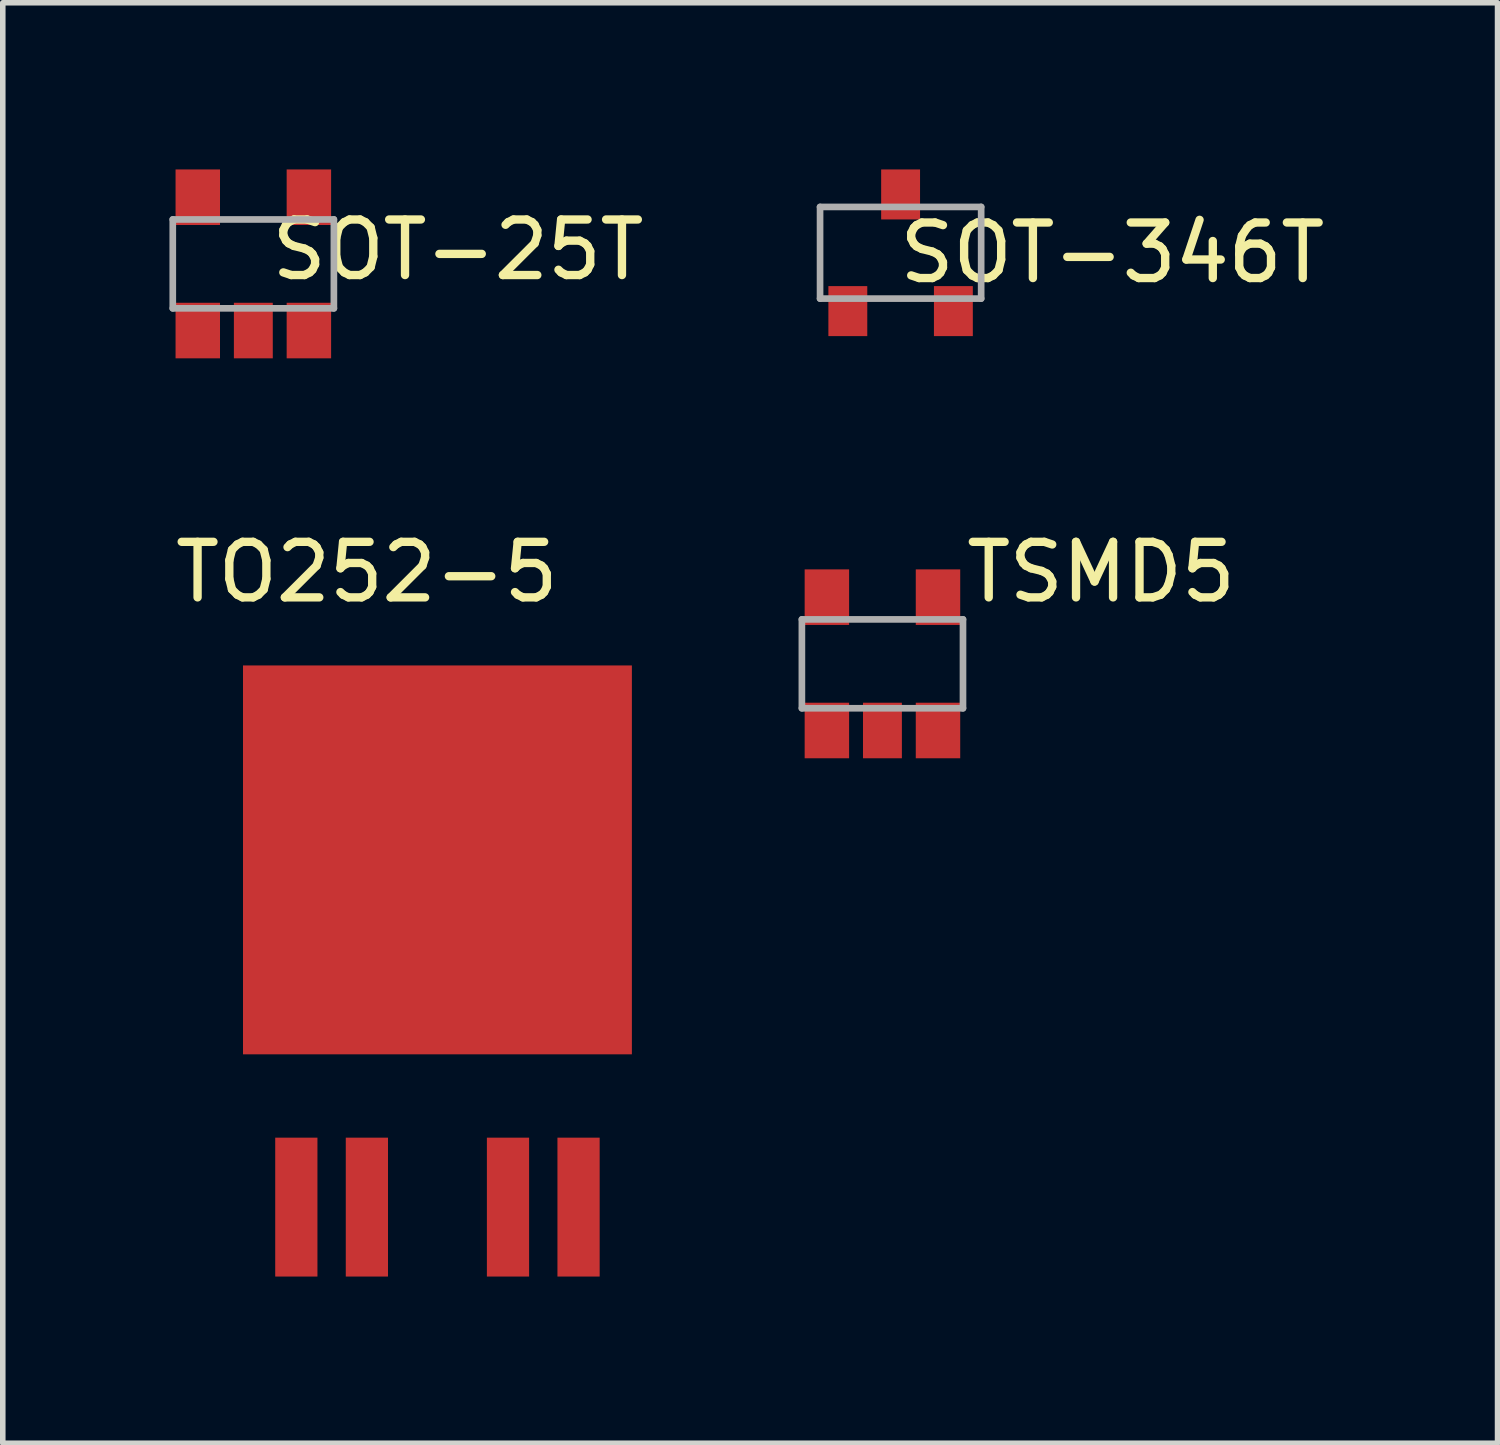
<source format=kicad_pcb>
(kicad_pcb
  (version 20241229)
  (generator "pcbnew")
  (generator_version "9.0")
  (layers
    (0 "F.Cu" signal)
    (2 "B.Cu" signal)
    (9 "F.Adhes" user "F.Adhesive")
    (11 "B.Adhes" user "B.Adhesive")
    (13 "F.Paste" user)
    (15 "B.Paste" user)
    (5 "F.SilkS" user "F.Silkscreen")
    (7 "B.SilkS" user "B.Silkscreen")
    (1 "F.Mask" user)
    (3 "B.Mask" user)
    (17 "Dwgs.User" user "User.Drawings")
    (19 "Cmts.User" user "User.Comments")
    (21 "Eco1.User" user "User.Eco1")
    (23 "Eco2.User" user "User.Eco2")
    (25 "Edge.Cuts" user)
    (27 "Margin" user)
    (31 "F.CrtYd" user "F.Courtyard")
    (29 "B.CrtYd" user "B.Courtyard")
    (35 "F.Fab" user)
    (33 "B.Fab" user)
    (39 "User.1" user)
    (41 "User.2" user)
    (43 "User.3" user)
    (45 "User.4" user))
  (footprint "TSMD5"
    (layer "F.Cu")
    (at 12.834 8.899)
    (property "Reference" "TSMD5" (at 3.937 -1.651 0) (layer "F.SilkS") (effects (font (size 1 1) (thickness 0.15))))
    (attr through_hole)
    (fp_line (start -1.45 -0.8) (end -1.45 0.8) (stroke (width 0.12) (type solid)) (layer "F.Fab"))
    (fp_line (start -1.45 0.8) (end 1.45 0.8) (stroke (width 0.12) (type solid)) (layer "F.Fab"))
    (fp_line (start 1.45 -0.8) (end -1.45 -0.8) (stroke (width 0.12) (type solid)) (layer "F.Fab"))
    (fp_line (start 1.45 0.8) (end 1.45 -0.8) (stroke (width 0.12) (type solid)) (layer "F.Fab"))
    (pad "1" smd rect (at -1 1.2) (size 0.8 1) (layers "F.Cu" "F.Mask" "F.Paste"))
    (pad "2" smd rect (at 0 1.2) (size 0.7 1) (layers "F.Cu" "F.Mask" "F.Paste"))
    (pad "3" smd rect (at 1 1.2) (size 0.8 1) (layers "F.Cu" "F.Mask" "F.Paste"))
    (pad "4" smd rect (at 1 -1.2) (size 0.8 1) (layers "F.Cu" "F.Mask" "F.Paste"))
    (pad "5" smd rect (at -1 -1.2) (size 0.8 1) (layers "F.Cu" "F.Mask" "F.Paste")))
  (footprint "SOT-25T"
    (layer "F.Cu")
    (at 1.51 1.7)
    (property "Reference" "SOT-25T" (at 3.683 -0.254 0) (layer "F.SilkS") (effects (font (size 1 1) (thickness 0.15))))
    (attr smd)
    (fp_line (start -1.45 -0.8) (end 1.45 -0.8) (stroke (width 0.12) (type solid)) (layer "F.Fab"))
    (fp_line (start -1.45 0.8) (end -1.45 -0.8) (stroke (width 0.12) (type solid)) (layer "F.Fab"))
    (fp_line (start 1.45 -0.8) (end 1.45 0.8) (stroke (width 0.12) (type solid)) (layer "F.Fab"))
    (fp_line (start 1.45 0.8) (end -1.45 0.8) (stroke (width 0.12) (type solid)) (layer "F.Fab"))
    (pad "1" smd rect (at -1 1.2) (size 0.8 1) (layers "F.Cu" "F.Mask" "F.Paste"))
    (pad "2" smd rect (at 0 1.2) (size 0.7 1) (layers "F.Cu" "F.Mask" "F.Paste"))
    (pad "3" smd rect (at 1 1.2) (size 0.8 1) (layers "F.Cu" "F.Mask" "F.Paste"))
    (pad "4" smd rect (at 1 -1.2) (size 0.8 1) (layers "F.Cu" "F.Mask" "F.Paste"))
    (pad "5" smd rect (at -1 -1.2) (size 0.8 1) (layers "F.Cu" "F.Mask" "F.Paste")))
  (footprint "SOT-346T"
    (layer "F.Cu")
    (at 13.161 1.5)
    (property "Reference" "SOT-346T" (at 3.81 0 0) (layer "F.SilkS") (effects (font (size 1 1) (thickness 0.15))))
    (attr through_hole)
    (fp_line (start -1.45 -0.825) (end 1.45 -0.825) (stroke (width 0.12) (type solid)) (layer "F.Fab"))
    (fp_line (start -1.45 0.825) (end -1.45 -0.825) (stroke (width 0.12) (type solid)) (layer "F.Fab"))
    (fp_line (start 1.45 0.825) (end -1.45 0.825) (stroke (width 0.12) (type solid)) (layer "F.Fab"))
    (fp_line (start 1.45 0.825) (end 1.45 -0.825) (stroke (width 0.12) (type solid)) (layer "F.Fab"))
    (pad "1" smd rect (at -0.95 1.05 180) (size 0.7 0.9) (layers "F.Cu" "F.Mask" "F.Paste"))
    (pad "2" smd rect (at 0.95 1.05 180) (size 0.7 0.9) (layers "F.Cu" "F.Mask" "F.Paste"))
    (pad "3" smd rect (at 0 -1.05 180) (size 0.7 0.9) (layers "F.Cu" "F.Mask" "F.Paste")))
  (footprint "TO252-5"
    (layer "F.Cu")
    (at 4.824 18.678)
    (property "Reference" "TO252-5" (at -1.27 -11.43 0) (layer "F.SilkS") (effects (font (size 1 1) (thickness 0.15))))
    (attr smd)
    (pad "1" smd rect (at -2.54 0) (size 0.76 2.5) (layers "F.Cu" "F.Mask" "F.Paste"))
    (pad "2" smd rect (at -1.27 0) (size 0.76 2.5) (layers "F.Cu" "F.Mask" "F.Paste"))
    (pad "4" smd rect (at 1.27 0) (size 0.76 2.5) (layers "F.Cu" "F.Mask" "F.Paste"))
    (pad "5" smd rect (at 2.54 0) (size 0.76 2.5) (layers "F.Cu" "F.Mask" "F.Paste"))
    (pad "fin" smd rect (at 0 -6.25) (size 7 7) (layers "F.Cu" "F.Mask" "F.Paste")))
  (gr_rect
    (start -3 -3)
    (end 23.906 22.928)
    (stroke (width 0.1) (type default))
    (fill no)
    (layer "Edge.Cuts")))
</source>
